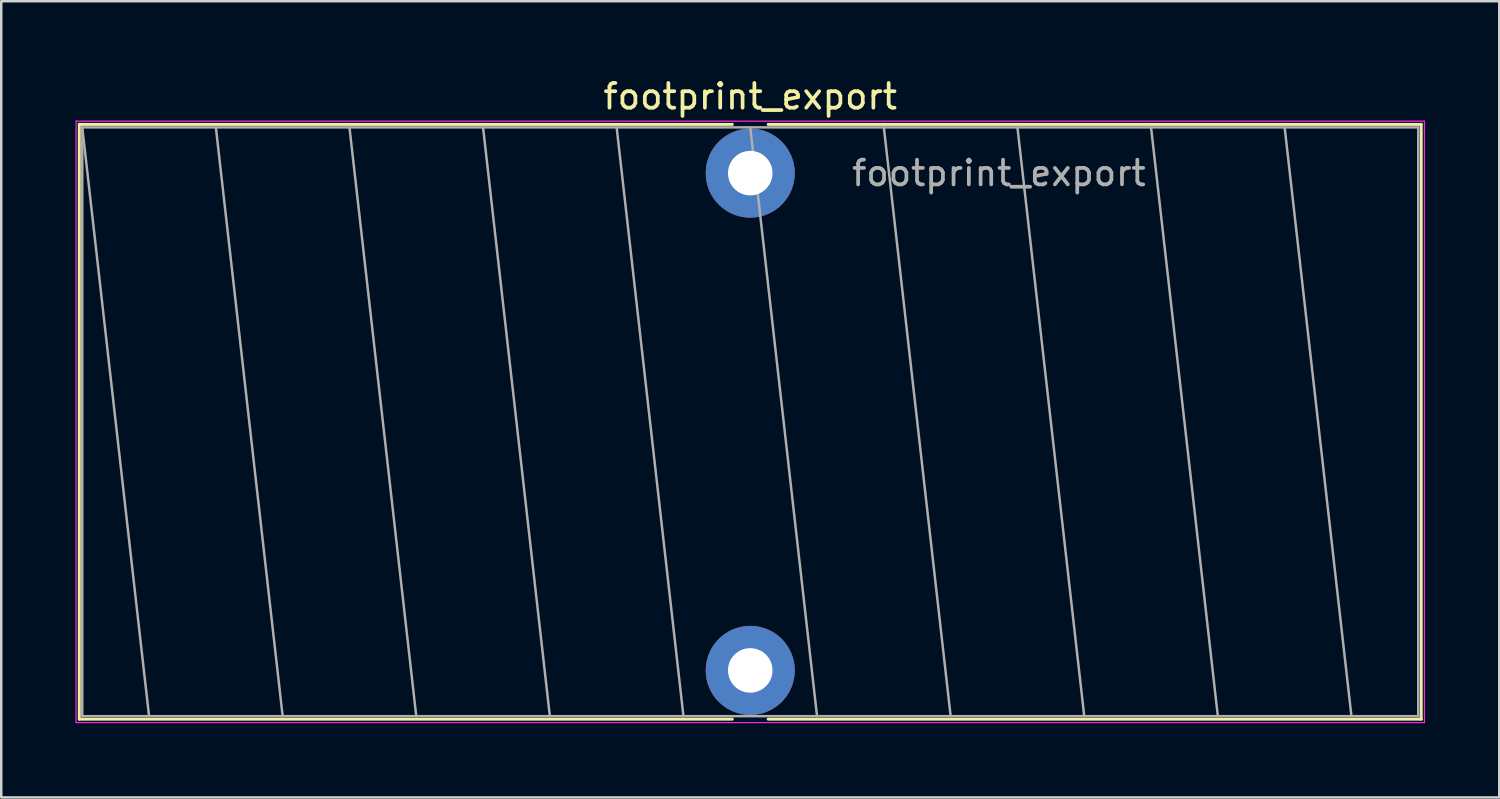
<source format=kicad_pcb>
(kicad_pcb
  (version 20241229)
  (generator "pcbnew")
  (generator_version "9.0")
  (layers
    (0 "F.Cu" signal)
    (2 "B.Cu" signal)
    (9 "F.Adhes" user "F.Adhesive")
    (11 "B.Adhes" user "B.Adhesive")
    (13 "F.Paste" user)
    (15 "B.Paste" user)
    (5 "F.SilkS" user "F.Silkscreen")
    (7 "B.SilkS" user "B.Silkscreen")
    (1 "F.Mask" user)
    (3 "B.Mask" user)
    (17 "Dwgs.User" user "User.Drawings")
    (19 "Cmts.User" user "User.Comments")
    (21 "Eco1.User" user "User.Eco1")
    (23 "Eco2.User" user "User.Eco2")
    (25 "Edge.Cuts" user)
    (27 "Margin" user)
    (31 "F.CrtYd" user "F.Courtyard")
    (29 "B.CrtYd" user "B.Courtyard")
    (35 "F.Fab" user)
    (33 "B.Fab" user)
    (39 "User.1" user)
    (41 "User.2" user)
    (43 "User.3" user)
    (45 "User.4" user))
  (footprint "footprint_export"
    (layer "F.Cu")
    (at 27.275 3.948)
    (property "Reference" "footprint_export" (at 0 -3.1 0) (layer "F.SilkS") (effects (font (size 1 1) (thickness 0.15))))
    (attr through_hole)
    (fp_line (start -27.12 -1.97) (end -27.12 22.07) (stroke (width 0.12) (type solid)) (layer "F.SilkS"))
    (fp_line (start -27.12 -1.97) (end -0.725 -1.97) (stroke (width 0.12) (type solid)) (layer "F.SilkS"))
    (fp_line (start -27.12 22.07) (end -0.725 22.07) (stroke (width 0.12) (type solid)) (layer "F.SilkS"))
    (fp_line (start 0.725 -1.97) (end 27.12 -1.97) (stroke (width 0.12) (type solid)) (layer "F.SilkS"))
    (fp_line (start 0.725 22.07) (end 27.12 22.07) (stroke (width 0.12) (type solid)) (layer "F.SilkS"))
    (fp_line (start 27.12 -1.97) (end 27.12 22.07) (stroke (width 0.12) (type solid)) (layer "F.SilkS"))
    (fp_line (start -27.25 -2.1) (end -27.25 22.21) (stroke (width 0.05) (type solid)) (layer "F.CrtYd"))
    (fp_line (start -27.25 22.21) (end 27.25 22.21) (stroke (width 0.05) (type solid)) (layer "F.CrtYd"))
    (fp_line (start 27.25 -2.1) (end -27.25 -2.1) (stroke (width 0.05) (type solid)) (layer "F.CrtYd"))
    (fp_line (start 27.25 22.21) (end 27.25 -2.1) (stroke (width 0.05) (type solid)) (layer "F.CrtYd"))
    (fp_line (start -27 -1.85) (end -27 21.95) (stroke (width 0.1) (type solid)) (layer "F.Fab"))
    (fp_line (start -27 -1.85) (end -24.3 21.95) (stroke (width 0.1) (type solid)) (layer "F.Fab"))
    (fp_line (start -27 21.95) (end 27 21.95) (stroke (width 0.1) (type solid)) (layer "F.Fab"))
    (fp_line (start -21.6 -1.85) (end -18.9 21.95) (stroke (width 0.1) (type solid)) (layer "F.Fab"))
    (fp_line (start -16.2 -1.85) (end -13.5 21.95) (stroke (width 0.1) (type solid)) (layer "F.Fab"))
    (fp_line (start -10.8 -1.85) (end -8.1 21.95) (stroke (width 0.1) (type solid)) (layer "F.Fab"))
    (fp_line (start -5.4 -1.85) (end -2.7 21.95) (stroke (width 0.1) (type solid)) (layer "F.Fab"))
    (fp_line (start 0 -1.85) (end 2.7 21.95) (stroke (width 0.1) (type solid)) (layer "F.Fab"))
    (fp_line (start 5.4 -1.85) (end 8.1 21.95) (stroke (width 0.1) (type solid)) (layer "F.Fab"))
    (fp_line (start 10.8 -1.85) (end 13.5 21.95) (stroke (width 0.1) (type solid)) (layer "F.Fab"))
    (fp_line (start 16.2 -1.85) (end 18.9 21.95) (stroke (width 0.1) (type solid)) (layer "F.Fab"))
    (fp_line (start 21.6 -1.85) (end 24.3 21.95) (stroke (width 0.1) (type solid)) (layer "F.Fab"))
    (fp_line (start 27 -1.85) (end -27 -1.85) (stroke (width 0.1) (type solid)) (layer "F.Fab"))
    (fp_line (start 27 21.95) (end 27 -1.85) (stroke (width 0.1) (type solid)) (layer "F.Fab"))
    (fp_text user "${REFERENCE}" (at 10.05 0 0) (layer "F.Fab") (effects (font (size 1 1) (thickness 0.15))))
    (pad "1" thru_hole circle (at 0 0) (size 3.6 3.6) (drill 1.8) (layers "*.Cu" "*.Mask"))
    (pad "2" thru_hole circle (at 0 20.1) (size 3.6 3.6) (drill 1.8) (layers "*.Cu" "*.Mask")))
  (gr_rect
    (start -3 -3)
    (end 57.55 29.183)
    (stroke (width 0.1) (type default))
    (fill no)
    (layer "Edge.Cuts")))
</source>
